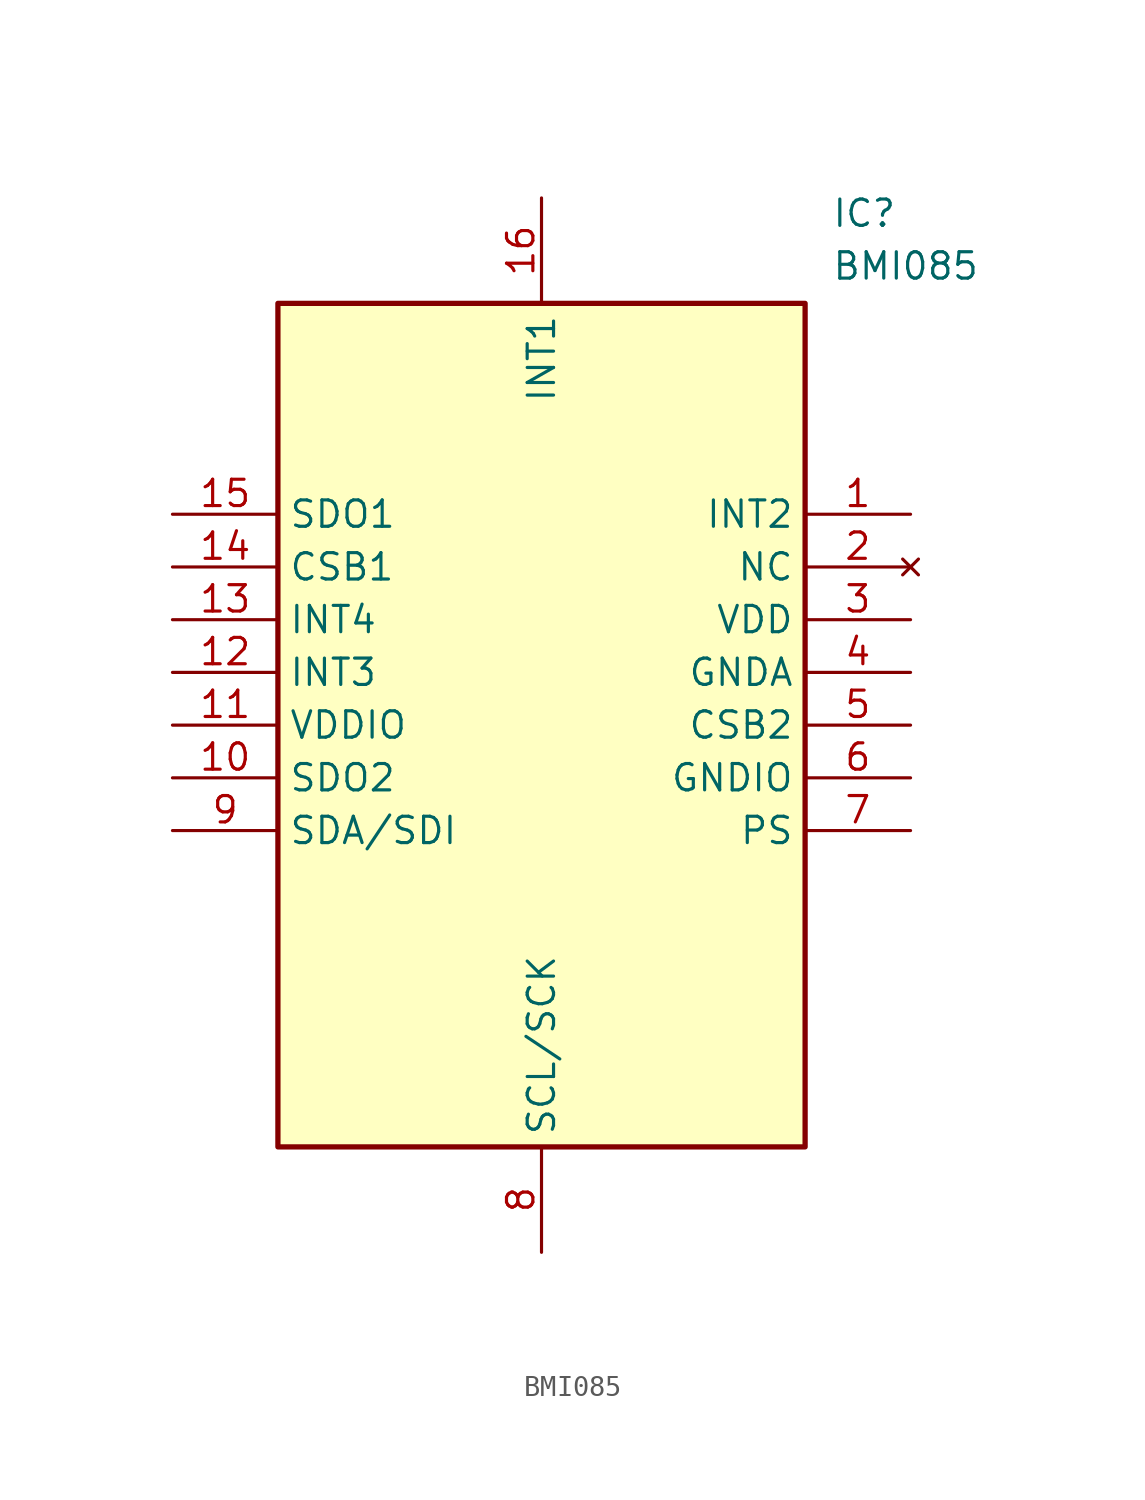
<source format=kicad_sym>
(kicad_symbol_lib
  (version 20211014)
  (generator SamacSys_ECAD_Model)
  (symbol "BMI085"
    (property "Reference" "IC"
      (at 31.75 15.24 0)
      (effects (font (size 1.27 1.27)) (justify left top)))
    (property "Value" "BMI085"
      (at 31.75 12.7 0)
      (effects (font (size 1.27 1.27)) (justify left top)))
    (rectangle
      (start 5.08 10.16)
      (end 30.48 -30.48)
      (stroke (width 0.254) (type default))
      (fill (type background)))
    (pin passive line
      (at 35.56 0 180)
      (length 5.08)
      (name "INT2" (effects (font (size 1.27 1.27))))
      (number "1" (effects (font (size 1.27 1.27)))))
    (pin no_connect line
      (at 35.56 -2.54 180)
      (length 5.08)
      (name "NC" (effects (font (size 1.27 1.27))))
      (number "2" (effects (font (size 1.27 1.27)))))
    (pin passive line
      (at 35.56 -5.08 180)
      (length 5.08)
      (name "VDD" (effects (font (size 1.27 1.27))))
      (number "3" (effects (font (size 1.27 1.27)))))
    (pin passive line
      (at 35.56 -7.62 180)
      (length 5.08)
      (name "GNDA" (effects (font (size 1.27 1.27))))
      (number "4" (effects (font (size 1.27 1.27)))))
    (pin passive line
      (at 35.56 -10.16 180)
      (length 5.08)
      (name "CSB2" (effects (font (size 1.27 1.27))))
      (number "5" (effects (font (size 1.27 1.27)))))
    (pin passive line
      (at 35.56 -12.7 180)
      (length 5.08)
      (name "GNDIO" (effects (font (size 1.27 1.27))))
      (number "6" (effects (font (size 1.27 1.27)))))
    (pin passive line
      (at 35.56 -15.24 180)
      (length 5.08)
      (name "PS" (effects (font (size 1.27 1.27))))
      (number "7" (effects (font (size 1.27 1.27)))))
    (pin passive line
      (at 17.78 -35.56 90)
      (length 5.08)
      (name "SCL/SCK" (effects (font (size 1.27 1.27))))
      (number "8" (effects (font (size 1.27 1.27)))))
    (pin passive line
      (at 0 -15.24 0)
      (length 5.08)
      (name "SDA/SDI" (effects (font (size 1.27 1.27))))
      (number "9" (effects (font (size 1.27 1.27)))))
    (pin passive line
      (at 0 -12.7 0)
      (length 5.08)
      (name "SDO2" (effects (font (size 1.27 1.27))))
      (number "10" (effects (font (size 1.27 1.27)))))
    (pin passive line
      (at 0 -10.16 0)
      (length 5.08)
      (name "VDDIO" (effects (font (size 1.27 1.27))))
      (number "11" (effects (font (size 1.27 1.27)))))
    (pin passive line
      (at 0 -7.62 0)
      (length 5.08)
      (name "INT3" (effects (font (size 1.27 1.27))))
      (number "12" (effects (font (size 1.27 1.27)))))
    (pin passive line
      (at 0 -5.08 0)
      (length 5.08)
      (name "INT4" (effects (font (size 1.27 1.27))))
      (number "13" (effects (font (size 1.27 1.27)))))
    (pin passive line
      (at 0 -2.54 0)
      (length 5.08)
      (name "CSB1" (effects (font (size 1.27 1.27))))
      (number "14" (effects (font (size 1.27 1.27)))))
    (pin passive line
      (at 0 0 0)
      (length 5.08)
      (name "SDO1" (effects (font (size 1.27 1.27))))
      (number "15" (effects (font (size 1.27 1.27)))))
    (pin passive line
      (at 17.78 15.24 270)
      (length 5.08)
      (name "INT1" (effects (font (size 1.27 1.27))))
      (number "16" (effects (font (size 1.27 1.27)))))))
</source>
